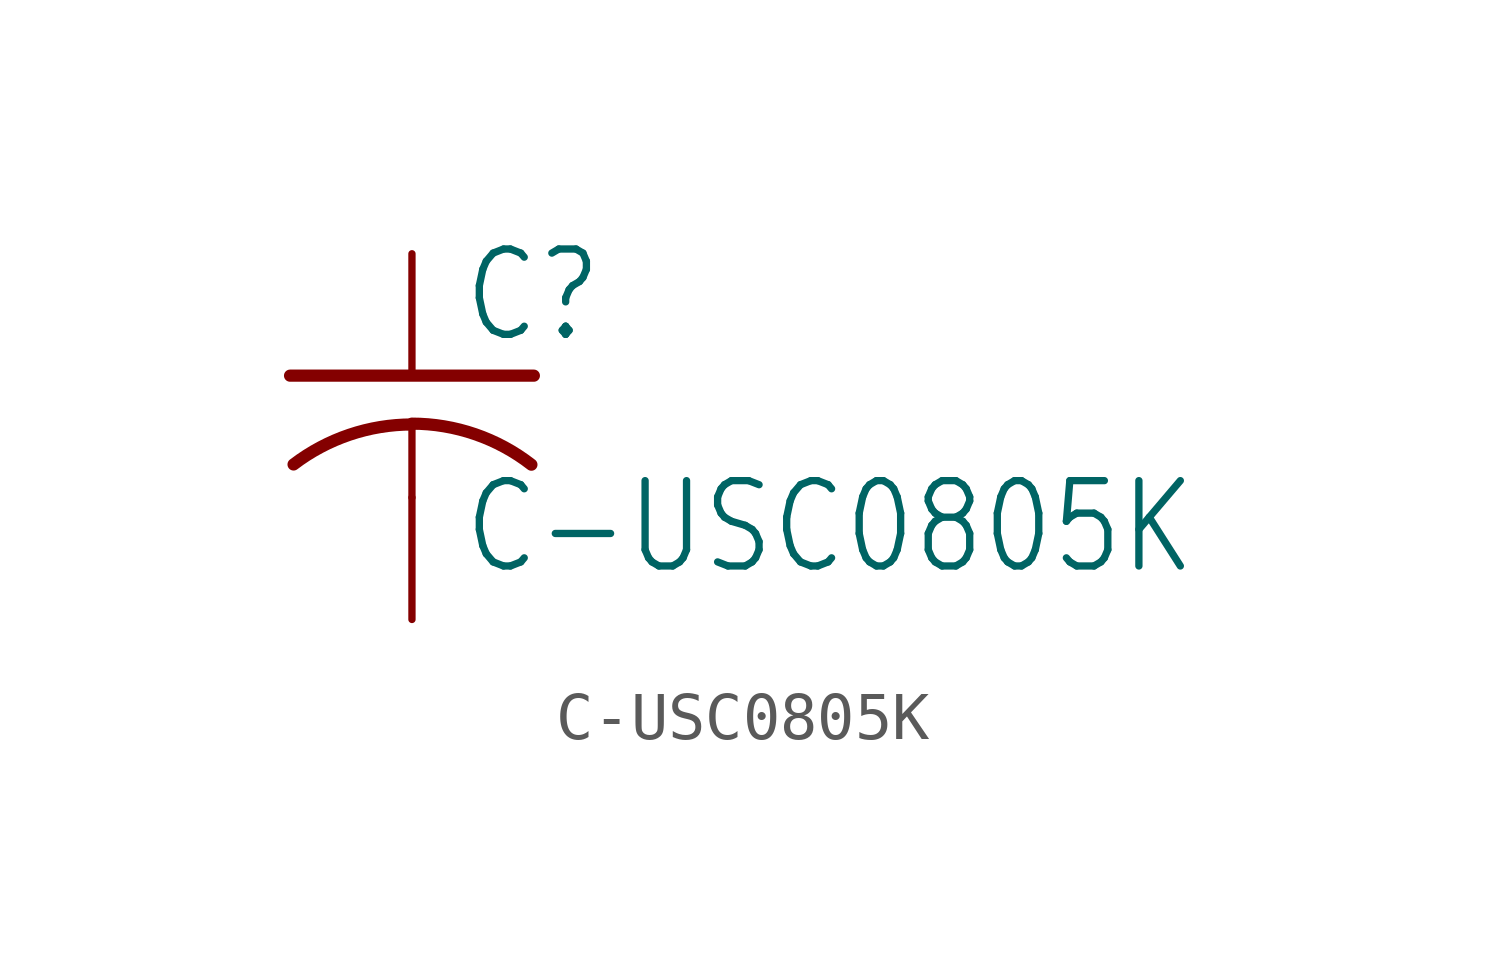
<source format=kicad_sym>
(kicad_symbol_lib
  (version 20211014)
  (generator kicad_symbol_editor)
  (symbol "C-USC0805K"
    (property "Reference" "C"
      (at 1.016 0.635 0)
      (effects (font (size 1.778 1.511)) (justify left bottom)))
    (property "Value" "C-USC0805K"
      (at 1.016 -4.191 0)
      (effects (font (size 1.778 1.511)) (justify left bottom)))
    (property "ki_locked" ""
      (at 0 0 0)
      (effects (font (size 1.27 1.27))))
    (symbol "C-USC0805K_1_0"
      (arc (start 0 -1.0161) (mid -1.302 -1.2303) (end -2.4668 -1.8504) (stroke (width 0.254) (type default) (color 0 0 0 0)) (fill (type none)))
      (polyline (pts (xy -2.54 0) (xy 2.54 0)) (stroke (width 0.254) (type default) (color 0 0 0 0)) (fill (type none)))
      (polyline (pts (xy 0 -1.016) (xy 0 -2.54)) (stroke (width 0.152) (type default) (color 0 0 0 0)) (fill (type none)))
      (arc (start 2.4892 -1.8542) (mid 1.3158 -1.2195) (end 0 -1) (stroke (width 0.254) (type default) (color 0 0 0 0)) (fill (type none)))
      (pin passive line (at 0 2.54 270) (length 2.54) (name "1" (effects (font (size 0 0)))) (number "1" (effects (font (size 0 0)))))
      (pin passive line (at 0 -5.08 90) (length 2.54) (name "2" (effects (font (size 0 0)))) (number "2" (effects (font (size 0 0))))))))
</source>
